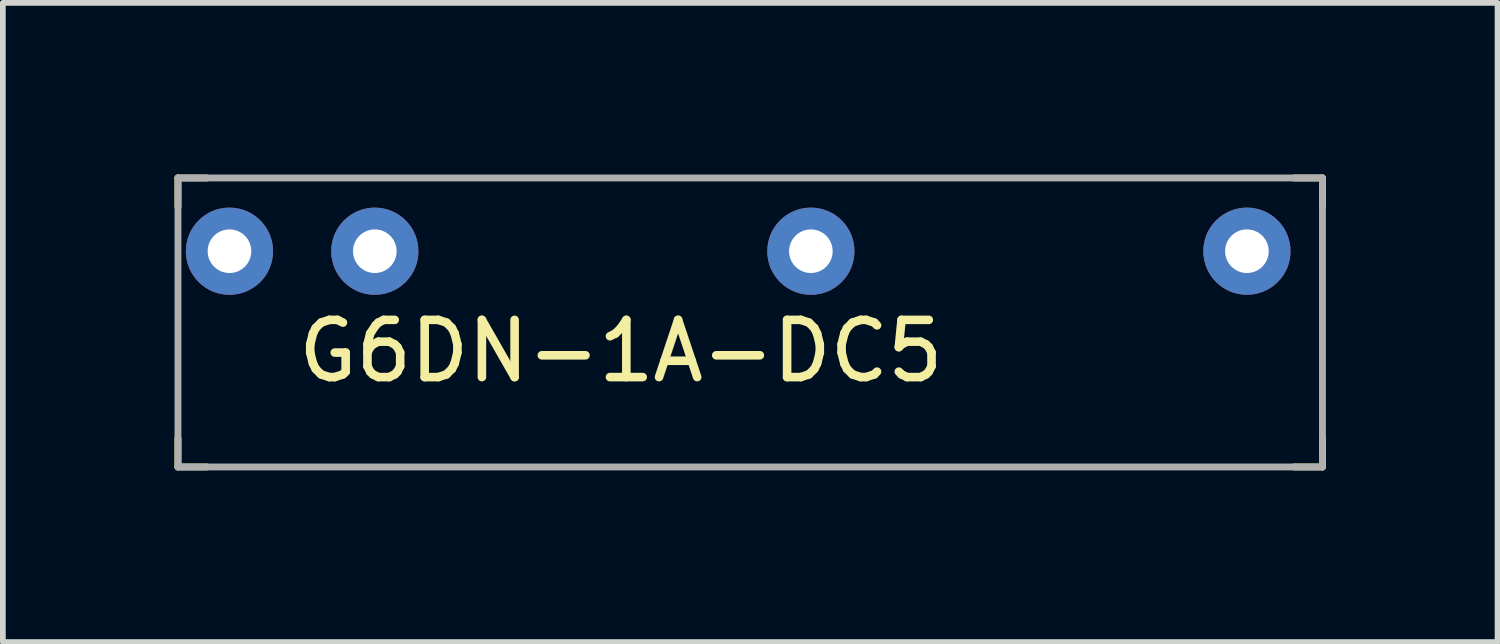
<source format=kicad_pcb>
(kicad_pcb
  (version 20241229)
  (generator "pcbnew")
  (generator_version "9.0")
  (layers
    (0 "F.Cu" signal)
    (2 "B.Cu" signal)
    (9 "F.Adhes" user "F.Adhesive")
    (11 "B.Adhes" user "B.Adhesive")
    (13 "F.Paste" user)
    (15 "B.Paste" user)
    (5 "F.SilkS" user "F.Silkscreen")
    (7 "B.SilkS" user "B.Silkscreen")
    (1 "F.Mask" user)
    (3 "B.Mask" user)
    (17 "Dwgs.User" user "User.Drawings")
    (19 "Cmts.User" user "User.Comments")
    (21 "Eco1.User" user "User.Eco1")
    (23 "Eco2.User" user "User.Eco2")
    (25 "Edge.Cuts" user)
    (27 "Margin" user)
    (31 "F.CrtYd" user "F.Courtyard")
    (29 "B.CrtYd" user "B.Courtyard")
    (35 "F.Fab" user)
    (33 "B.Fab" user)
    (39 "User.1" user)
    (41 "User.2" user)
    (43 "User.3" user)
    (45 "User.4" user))
  (footprint "G6DN-1A-DC5"
    (layer "F.Cu")
    (at 10.06 2.585)
    (property "Reference" "G6DN-1A-DC5" (at -2.26 0.5 0) (layer "F.SilkS") (effects (font (size 1 1) (thickness 0.15))))
    (attr through_hole)
    (fp_line (start -10 -2.525) (end -10 -2.025) (stroke (width 0.12) (type solid)) (layer "F.SilkS"))
    (fp_line (start -10 -2.525) (end -9.5 -2.525) (stroke (width 0.12) (type solid)) (layer "F.SilkS"))
    (fp_line (start -10 2.525) (end -10 2.025) (stroke (width 0.12) (type solid)) (layer "F.SilkS"))
    (fp_line (start -10 2.525) (end -9.5 2.525) (stroke (width 0.12) (type solid)) (layer "F.SilkS"))
    (fp_line (start 10 -2.525) (end 9.5 -2.525) (stroke (width 0.12) (type solid)) (layer "F.SilkS"))
    (fp_line (start 10 -2.525) (end 10 -2.025) (stroke (width 0.12) (type solid)) (layer "F.SilkS"))
    (fp_line (start 10 2.525) (end 9.5 2.525) (stroke (width 0.12) (type solid)) (layer "F.SilkS"))
    (fp_line (start 10 2.525) (end 10 2.025) (stroke (width 0.12) (type solid)) (layer "F.SilkS"))
    (fp_line (start -10 -2.525) (end -10 2.525) (stroke (width 0.12) (type solid)) (layer "F.Fab"))
    (fp_line (start -10 -2.525) (end 10 -2.525) (stroke (width 0.12) (type solid)) (layer "F.Fab"))
    (fp_line (start -10 2.525) (end 10 2.525) (stroke (width 0.12) (type solid)) (layer "F.Fab"))
    (fp_line (start 10 -2.525) (end 10 2.525) (stroke (width 0.12) (type solid)) (layer "F.Fab"))
    (pad "1" thru_hole circle (at -9.1 -1.245) (size 1.524 1.524) (drill 0.762) (layers "*.Cu" "*.Mask"))
    (pad "2" thru_hole circle (at -6.56 -1.245) (size 1.524 1.524) (drill 0.762) (layers "*.Cu" "*.Mask"))
    (pad "5" thru_hole circle (at 1.06 -1.245) (size 1.524 1.524) (drill 0.762) (layers "*.Cu" "*.Mask"))
    (pad "8" thru_hole circle (at 8.68 -1.245) (size 1.524 1.524) (drill 0.762) (layers "*.Cu" "*.Mask")))
  (gr_rect
    (start -3 -3)
    (end 23.12 8.17)
    (stroke (width 0.1) (type default))
    (fill no)
    (layer "Edge.Cuts")))
</source>
